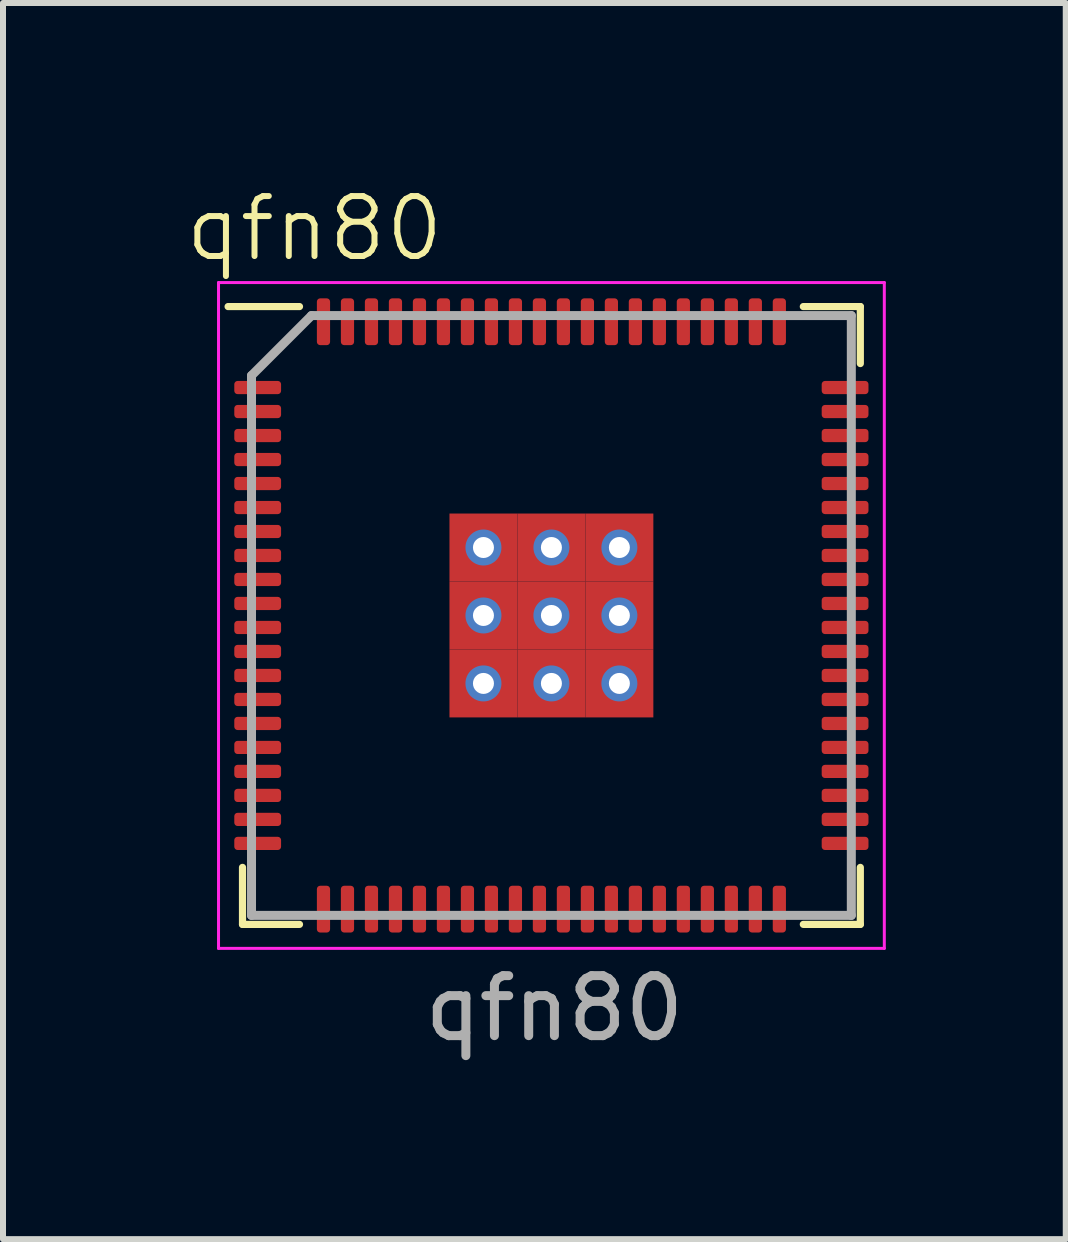
<source format=kicad_pcb>
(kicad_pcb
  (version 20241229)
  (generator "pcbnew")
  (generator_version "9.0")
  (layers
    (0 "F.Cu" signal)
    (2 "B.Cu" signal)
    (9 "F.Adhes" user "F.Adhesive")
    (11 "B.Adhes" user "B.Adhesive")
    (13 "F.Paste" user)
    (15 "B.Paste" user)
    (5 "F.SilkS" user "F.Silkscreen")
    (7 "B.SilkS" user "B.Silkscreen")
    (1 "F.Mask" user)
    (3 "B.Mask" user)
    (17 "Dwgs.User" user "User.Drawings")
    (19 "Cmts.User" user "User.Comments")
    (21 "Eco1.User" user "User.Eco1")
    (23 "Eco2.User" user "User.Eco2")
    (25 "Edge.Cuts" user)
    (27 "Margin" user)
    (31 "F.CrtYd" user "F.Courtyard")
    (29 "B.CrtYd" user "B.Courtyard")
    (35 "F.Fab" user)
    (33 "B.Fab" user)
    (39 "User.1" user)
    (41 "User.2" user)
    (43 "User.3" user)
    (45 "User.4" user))
  (footprint "qfn80"
    (layer "F.Cu")
    (at 6.193 7.261)
    (property "Reference" "qfn80" (at -4 -6.5 0) (unlocked yes) (layer "F.SilkS") (effects (font (size 1 1) (thickness 0.1))))
    (attr smd)
    (fp_line (start -5.2 5.1) (end -5.2 4.15) (stroke (width 0.12) (type default)) (layer "F.SilkS"))
    (fp_line (start -4.25 -5.2) (end -5.44 -5.2) (stroke (width 0.12) (type default)) (layer "F.SilkS"))
    (fp_line (start -4.25 5.1) (end -5.2 5.1) (stroke (width 0.12) (type default)) (layer "F.SilkS"))
    (fp_line (start 4.15 -5.2) (end 5.1 -5.2) (stroke (width 0.12) (type default)) (layer "F.SilkS"))
    (fp_line (start 4.15 5.1) (end 5.1 5.1) (stroke (width 0.12) (type default)) (layer "F.SilkS"))
    (fp_line (start 5.1 -5.2) (end 5.1 -4.25) (stroke (width 0.12) (type default)) (layer "F.SilkS"))
    (fp_line (start 5.1 5.1) (end 5.1 4.15) (stroke (width 0.12) (type default)) (layer "F.SilkS"))
    (fp_line (start -5.6 -5.6) (end 5.5 -5.6) (stroke (width 0.05) (type default)) (layer "F.CrtYd"))
    (fp_line (start -5.6 5.5) (end -5.6 -5.6) (stroke (width 0.05) (type default)) (layer "F.CrtYd"))
    (fp_line (start 5.5 -5.6) (end 5.5 5.5) (stroke (width 0.05) (type default)) (layer "F.CrtYd"))
    (fp_line (start 5.5 5.5) (end -5.6 5.5) (stroke (width 0.05) (type default)) (layer "F.CrtYd"))
    (fp_line (start -5.05 -4.05) (end -5.05 4.95) (stroke (width 0.15) (type default)) (layer "F.Fab"))
    (fp_line (start -5.05 4.95) (end 4.95 4.95) (stroke (width 0.15) (type default)) (layer "F.Fab"))
    (fp_line (start -4.05 -5.05) (end -5.05 -4.05) (stroke (width 0.15) (type default)) (layer "F.Fab"))
    (fp_line (start 4.95 -5.05) (end -4.05 -5.05) (stroke (width 0.15) (type default)) (layer "F.Fab"))
    (fp_line (start 4.95 4.95) (end 4.95 -5.05) (stroke (width 0.15) (type default)) (layer "F.Fab"))
    (fp_text user "${REFERENCE}" (at 0 6.5 0) (unlocked yes) (layer "F.Fab") (effects (font (size 1 1) (thickness 0.15))))
    (pad "" smd roundrect (at -0.75 -0.75) (size 1.2 1.2) (layers "F.Paste") (roundrect_rratio 0.208))
    (pad "" smd roundrect (at -0.75 0.65) (size 1.2 1.2) (layers "F.Paste") (roundrect_rratio 0.208))
    (pad "" smd roundrect (at 0.65 -0.75) (size 1.2 1.2) (layers "F.Paste") (roundrect_rratio 0.208))
    (pad "" smd roundrect (at 0.65 0.65) (size 1.2 1.2) (layers "F.Paste") (roundrect_rratio 0.208))
    (pad "1" smd roundrect (at -4.947 -3.85 90) (size 0.22 0.78) (layers "F.Cu" "F.Mask" "F.Paste") (roundrect_rratio 0.25))
    (pad "2" smd roundrect (at -4.947 -3.45 90) (size 0.22 0.78) (layers "F.Cu" "F.Mask" "F.Paste") (roundrect_rratio 0.25))
    (pad "3" smd roundrect (at -4.947 -3.05 90) (size 0.22 0.78) (layers "F.Cu" "F.Mask" "F.Paste") (roundrect_rratio 0.25))
    (pad "4" smd roundrect (at -4.947 -2.65 90) (size 0.22 0.78) (layers "F.Cu" "F.Mask" "F.Paste") (roundrect_rratio 0.25))
    (pad "5" smd roundrect (at -4.947 -2.25 90) (size 0.22 0.78) (layers "F.Cu" "F.Mask" "F.Paste") (roundrect_rratio 0.25))
    (pad "6" smd roundrect (at -4.947 -1.85 90) (size 0.22 0.78) (layers "F.Cu" "F.Mask" "F.Paste") (roundrect_rratio 0.25))
    (pad "7" smd roundrect (at -4.947 -1.45 90) (size 0.22 0.78) (layers "F.Cu" "F.Mask" "F.Paste") (roundrect_rratio 0.25))
    (pad "8" smd roundrect (at -4.947 -1.05 90) (size 0.22 0.78) (layers "F.Cu" "F.Mask" "F.Paste") (roundrect_rratio 0.25))
    (pad "9" smd roundrect (at -4.947 -0.65 90) (size 0.22 0.78) (layers "F.Cu" "F.Mask" "F.Paste") (roundrect_rratio 0.25))
    (pad "10" smd roundrect (at -4.947 -0.25 90) (size 0.22 0.78) (layers "F.Cu" "F.Mask" "F.Paste") (roundrect_rratio 0.25))
    (pad "11" smd roundrect (at -4.947 0.15 90) (size 0.22 0.78) (layers "F.Cu" "F.Mask" "F.Paste") (roundrect_rratio 0.25))
    (pad "12" smd roundrect (at -4.947 0.55 90) (size 0.22 0.78) (layers "F.Cu" "F.Mask" "F.Paste") (roundrect_rratio 0.25))
    (pad "13" smd roundrect (at -4.947 0.95 90) (size 0.22 0.78) (layers "F.Cu" "F.Mask" "F.Paste") (roundrect_rratio 0.25))
    (pad "14" smd roundrect (at -4.947 1.35 90) (size 0.22 0.78) (layers "F.Cu" "F.Mask" "F.Paste") (roundrect_rratio 0.25))
    (pad "15" smd roundrect (at -4.947 1.75 90) (size 0.22 0.78) (layers "F.Cu" "F.Mask" "F.Paste") (roundrect_rratio 0.25))
    (pad "16" smd roundrect (at -4.947 2.15 90) (size 0.22 0.78) (layers "F.Cu" "F.Mask" "F.Paste") (roundrect_rratio 0.25))
    (pad "17" smd roundrect (at -4.947 2.55 90) (size 0.22 0.78) (layers "F.Cu" "F.Mask" "F.Paste") (roundrect_rratio 0.25))
    (pad "18" smd roundrect (at -4.947 2.95 90) (size 0.22 0.78) (layers "F.Cu" "F.Mask" "F.Paste") (roundrect_rratio 0.25))
    (pad "19" smd roundrect (at -4.947 3.35 90) (size 0.22 0.78) (layers "F.Cu" "F.Mask" "F.Paste") (roundrect_rratio 0.25))
    (pad "20" smd roundrect (at -4.947 3.75 90) (size 0.22 0.78) (layers "F.Cu" "F.Mask" "F.Paste") (roundrect_rratio 0.25))
    (pad "21" smd roundrect (at -3.85 4.846) (size 0.22 0.78) (layers "F.Cu" "F.Mask" "F.Paste") (roundrect_rratio 0.25))
    (pad "22" smd roundrect (at -3.45 4.846) (size 0.22 0.78) (layers "F.Cu" "F.Mask" "F.Paste") (roundrect_rratio 0.25))
    (pad "23" smd roundrect (at -3.05 4.846) (size 0.22 0.78) (layers "F.Cu" "F.Mask" "F.Paste") (roundrect_rratio 0.25))
    (pad "24" smd roundrect (at -2.65 4.846) (size 0.22 0.78) (layers "F.Cu" "F.Mask" "F.Paste") (roundrect_rratio 0.25))
    (pad "25" smd roundrect (at -2.25 4.846) (size 0.22 0.78) (layers "F.Cu" "F.Mask" "F.Paste") (roundrect_rratio 0.25))
    (pad "26" smd roundrect (at -1.85 4.846) (size 0.22 0.78) (layers "F.Cu" "F.Mask" "F.Paste") (roundrect_rratio 0.25))
    (pad "27" smd roundrect (at -1.45 4.846) (size 0.22 0.78) (layers "F.Cu" "F.Mask" "F.Paste") (roundrect_rratio 0.25))
    (pad "28" smd roundrect (at -1.05 4.846) (size 0.22 0.78) (layers "F.Cu" "F.Mask" "F.Paste") (roundrect_rratio 0.25))
    (pad "29" smd roundrect (at -0.65 4.846) (size 0.22 0.78) (layers "F.Cu" "F.Mask" "F.Paste") (roundrect_rratio 0.25))
    (pad "30" smd roundrect (at -0.25 4.846) (size 0.22 0.78) (layers "F.Cu" "F.Mask" "F.Paste") (roundrect_rratio 0.25))
    (pad "31" smd roundrect (at 0.15 4.846) (size 0.22 0.78) (layers "F.Cu" "F.Mask" "F.Paste") (roundrect_rratio 0.25))
    (pad "32" smd roundrect (at 0.55 4.846) (size 0.22 0.78) (layers "F.Cu" "F.Mask" "F.Paste") (roundrect_rratio 0.25))
    (pad "33" smd roundrect (at 0.95 4.846) (size 0.22 0.78) (layers "F.Cu" "F.Mask" "F.Paste") (roundrect_rratio 0.25))
    (pad "34" smd roundrect (at 1.35 4.846) (size 0.22 0.78) (layers "F.Cu" "F.Mask" "F.Paste") (roundrect_rratio 0.25))
    (pad "35" smd roundrect (at 1.75 4.846) (size 0.22 0.78) (layers "F.Cu" "F.Mask" "F.Paste") (roundrect_rratio 0.25))
    (pad "36" smd roundrect (at 2.15 4.846) (size 0.22 0.78) (layers "F.Cu" "F.Mask" "F.Paste") (roundrect_rratio 0.25))
    (pad "37" smd roundrect (at 2.55 4.846) (size 0.22 0.78) (layers "F.Cu" "F.Mask" "F.Paste") (roundrect_rratio 0.25))
    (pad "38" smd roundrect (at 2.95 4.846) (size 0.22 0.78) (layers "F.Cu" "F.Mask" "F.Paste") (roundrect_rratio 0.25))
    (pad "39" smd roundrect (at 3.35 4.846) (size 0.22 0.78) (layers "F.Cu" "F.Mask" "F.Paste") (roundrect_rratio 0.25))
    (pad "40" smd roundrect (at 3.75 4.846) (size 0.22 0.78) (layers "F.Cu" "F.Mask" "F.Paste") (roundrect_rratio 0.25))
    (pad "41" smd roundrect (at 4.846 3.75 90) (size 0.22 0.78) (layers "F.Cu" "F.Mask" "F.Paste") (roundrect_rratio 0.25))
    (pad "42" smd roundrect (at 4.846 3.35 90) (size 0.22 0.78) (layers "F.Cu" "F.Mask" "F.Paste") (roundrect_rratio 0.25))
    (pad "43" smd roundrect (at 4.846 2.95 90) (size 0.22 0.78) (layers "F.Cu" "F.Mask" "F.Paste") (roundrect_rratio 0.25))
    (pad "44" smd roundrect (at 4.846 2.55 90) (size 0.22 0.78) (layers "F.Cu" "F.Mask" "F.Paste") (roundrect_rratio 0.25))
    (pad "45" smd roundrect (at 4.846 2.15 90) (size 0.22 0.78) (layers "F.Cu" "F.Mask" "F.Paste") (roundrect_rratio 0.25))
    (pad "46" smd roundrect (at 4.846 1.75 90) (size 0.22 0.78) (layers "F.Cu" "F.Mask" "F.Paste") (roundrect_rratio 0.25))
    (pad "47" smd roundrect (at 4.846 1.35 90) (size 0.22 0.78) (layers "F.Cu" "F.Mask" "F.Paste") (roundrect_rratio 0.25))
    (pad "48" smd roundrect (at 4.846 0.95 90) (size 0.22 0.78) (layers "F.Cu" "F.Mask" "F.Paste") (roundrect_rratio 0.25))
    (pad "49" smd roundrect (at 4.846 0.55 90) (size 0.22 0.78) (layers "F.Cu" "F.Mask" "F.Paste") (roundrect_rratio 0.25))
    (pad "50" smd roundrect (at 4.846 0.15 90) (size 0.22 0.78) (layers "F.Cu" "F.Mask" "F.Paste") (roundrect_rratio 0.25))
    (pad "51" smd roundrect (at 4.846 -0.25 90) (size 0.22 0.78) (layers "F.Cu" "F.Mask" "F.Paste") (roundrect_rratio 0.25))
    (pad "52" smd roundrect (at 4.846 -0.65 90) (size 0.22 0.78) (layers "F.Cu" "F.Mask" "F.Paste") (roundrect_rratio 0.25))
    (pad "53" smd roundrect (at 4.846 -1.05 90) (size 0.22 0.78) (layers "F.Cu" "F.Mask" "F.Paste") (roundrect_rratio 0.25))
    (pad "54" smd roundrect (at 4.846 -1.45 90) (size 0.22 0.78) (layers "F.Cu" "F.Mask" "F.Paste") (roundrect_rratio 0.25))
    (pad "55" smd roundrect (at 4.846 -1.85 90) (size 0.22 0.78) (layers "F.Cu" "F.Mask" "F.Paste") (roundrect_rratio 0.25))
    (pad "56" smd roundrect (at 4.846 -2.25 90) (size 0.22 0.78) (layers "F.Cu" "F.Mask" "F.Paste") (roundrect_rratio 0.25))
    (pad "57" smd roundrect (at 4.846 -2.65 90) (size 0.22 0.78) (layers "F.Cu" "F.Mask" "F.Paste") (roundrect_rratio 0.25))
    (pad "58" smd roundrect (at 4.846 -3.05 90) (size 0.22 0.78) (layers "F.Cu" "F.Mask" "F.Paste") (roundrect_rratio 0.25))
    (pad "59" smd roundrect (at 4.846 -3.45 90) (size 0.22 0.78) (layers "F.Cu" "F.Mask" "F.Paste") (roundrect_rratio 0.25))
    (pad "60" smd roundrect (at 4.846 -3.85 90) (size 0.22 0.78) (layers "F.Cu" "F.Mask" "F.Paste") (roundrect_rratio 0.25))
    (pad "61" smd roundrect (at 3.75 -4.947) (size 0.22 0.78) (layers "F.Cu" "F.Mask" "F.Paste") (roundrect_rratio 0.25))
    (pad "62" smd roundrect (at 3.35 -4.947) (size 0.22 0.78) (layers "F.Cu" "F.Mask" "F.Paste") (roundrect_rratio 0.25))
    (pad "63" smd roundrect (at 2.95 -4.947) (size 0.22 0.78) (layers "F.Cu" "F.Mask" "F.Paste") (roundrect_rratio 0.25))
    (pad "64" smd roundrect (at 2.55 -4.947) (size 0.22 0.78) (layers "F.Cu" "F.Mask" "F.Paste") (roundrect_rratio 0.25))
    (pad "65" smd roundrect (at 2.15 -4.947) (size 0.22 0.78) (layers "F.Cu" "F.Mask" "F.Paste") (roundrect_rratio 0.25))
    (pad "66" smd roundrect (at 1.75 -4.947) (size 0.22 0.78) (layers "F.Cu" "F.Mask" "F.Paste") (roundrect_rratio 0.25))
    (pad "67" smd roundrect (at 1.35 -4.947) (size 0.22 0.78) (layers "F.Cu" "F.Mask" "F.Paste") (roundrect_rratio 0.25))
    (pad "68" smd roundrect (at 0.95 -4.947) (size 0.22 0.78) (layers "F.Cu" "F.Mask" "F.Paste") (roundrect_rratio 0.25))
    (pad "69" smd roundrect (at 0.55 -4.947) (size 0.22 0.78) (layers "F.Cu" "F.Mask" "F.Paste") (roundrect_rratio 0.25))
    (pad "70" smd roundrect (at 0.15 -4.947) (size 0.22 0.78) (layers "F.Cu" "F.Mask" "F.Paste") (roundrect_rratio 0.25))
    (pad "71" smd roundrect (at -0.25 -4.947) (size 0.22 0.78) (layers "F.Cu" "F.Mask" "F.Paste") (roundrect_rratio 0.25))
    (pad "72" smd roundrect (at -0.65 -4.947) (size 0.22 0.78) (layers "F.Cu" "F.Mask" "F.Paste") (roundrect_rratio 0.25))
    (pad "73" smd roundrect (at -1.05 -4.947) (size 0.22 0.78) (layers "F.Cu" "F.Mask" "F.Paste") (roundrect_rratio 0.25))
    (pad "74" smd roundrect (at -1.45 -4.947) (size 0.22 0.78) (layers "F.Cu" "F.Mask" "F.Paste") (roundrect_rratio 0.25))
    (pad "75" smd roundrect (at -1.85 -4.947) (size 0.22 0.78) (layers "F.Cu" "F.Mask" "F.Paste") (roundrect_rratio 0.25))
    (pad "76" smd roundrect (at -2.25 -4.947) (size 0.22 0.78) (layers "F.Cu" "F.Mask" "F.Paste") (roundrect_rratio 0.25))
    (pad "77" smd roundrect (at -2.65 -4.947) (size 0.22 0.78) (layers "F.Cu" "F.Mask" "F.Paste") (roundrect_rratio 0.25))
    (pad "78" smd roundrect (at -3.05 -4.947) (size 0.22 0.78) (layers "F.Cu" "F.Mask" "F.Paste") (roundrect_rratio 0.25))
    (pad "79" smd roundrect (at -3.45 -4.947) (size 0.22 0.78) (layers "F.Cu" "F.Mask" "F.Paste") (roundrect_rratio 0.25))
    (pad "80" smd roundrect (at -3.85 -4.947) (size 0.22 0.78) (layers "F.Cu" "F.Mask" "F.Paste") (roundrect_rratio 0.25))
    (pad "81" thru_hole circle (at -1.183 -1.183) (size 0.6 0.6) (drill 0.35) (layers "*.Cu" "*.Mask"))
    (pad "81" smd rect (at -1.183 -1.183) (size 1.133 1.133) (layers "F.Cu" "F.Mask" "F.Paste"))
    (pad "81" thru_hole circle (at -1.183 -0.05) (size 0.6 0.6) (drill 0.35) (layers "*.Cu" "*.Mask"))
    (pad "81" smd rect (at -1.183 -0.05) (size 1.133 1.133) (layers "F.Cu" "F.Mask" "F.Paste"))
    (pad "81" thru_hole circle (at -1.183 1.083) (size 0.6 0.6) (drill 0.35) (layers "*.Cu" "*.Mask"))
    (pad "81" smd rect (at -1.183 1.083) (size 1.133 1.133) (layers "F.Cu" "F.Mask" "F.Paste"))
    (pad "81" thru_hole circle (at -0.05 -1.183) (size 0.6 0.6) (drill 0.35) (layers "*.Cu" "*.Mask"))
    (pad "81" smd rect (at -0.05 -1.183) (size 1.133 1.133) (layers "F.Cu" "F.Mask" "F.Paste"))
    (pad "81" thru_hole circle (at -0.05 -0.05) (size 0.6 0.6) (drill 0.35) (layers "*.Cu" "*.Mask"))
    (pad "81" smd rect (at -0.05 -0.05) (size 1.133 1.133) (layers "F.Cu" "F.Mask" "F.Paste"))
    (pad "81" thru_hole circle (at -0.05 1.083) (size 0.6 0.6) (drill 0.35) (layers "*.Cu" "*.Mask"))
    (pad "81" smd rect (at -0.05 1.083) (size 1.133 1.133) (layers "F.Cu" "F.Mask" "F.Paste"))
    (pad "81" thru_hole circle (at 1.083 -1.183) (size 0.6 0.6) (drill 0.35) (layers "*.Cu" "*.Mask"))
    (pad "81" smd rect (at 1.083 -1.183) (size 1.133 1.133) (layers "F.Cu" "F.Mask" "F.Paste"))
    (pad "81" thru_hole circle (at 1.083 -0.05) (size 0.6 0.6) (drill 0.35) (layers "*.Cu" "*.Mask"))
    (pad "81" smd rect (at 1.083 -0.05) (size 1.133 1.133) (layers "F.Cu" "F.Mask" "F.Paste"))
    (pad "81" thru_hole circle (at 1.083 1.083) (size 0.6 0.6) (drill 0.35) (layers "*.Cu" "*.Mask"))
    (pad "81" smd rect (at 1.083 1.083) (size 1.133 1.133) (layers "F.Cu" "F.Mask" "F.Paste")))
  (gr_rect
    (start -3 -3)
    (end 14.718 17.609)
    (stroke (width 0.1) (type default))
    (fill no)
    (layer "Edge.Cuts")))
</source>
